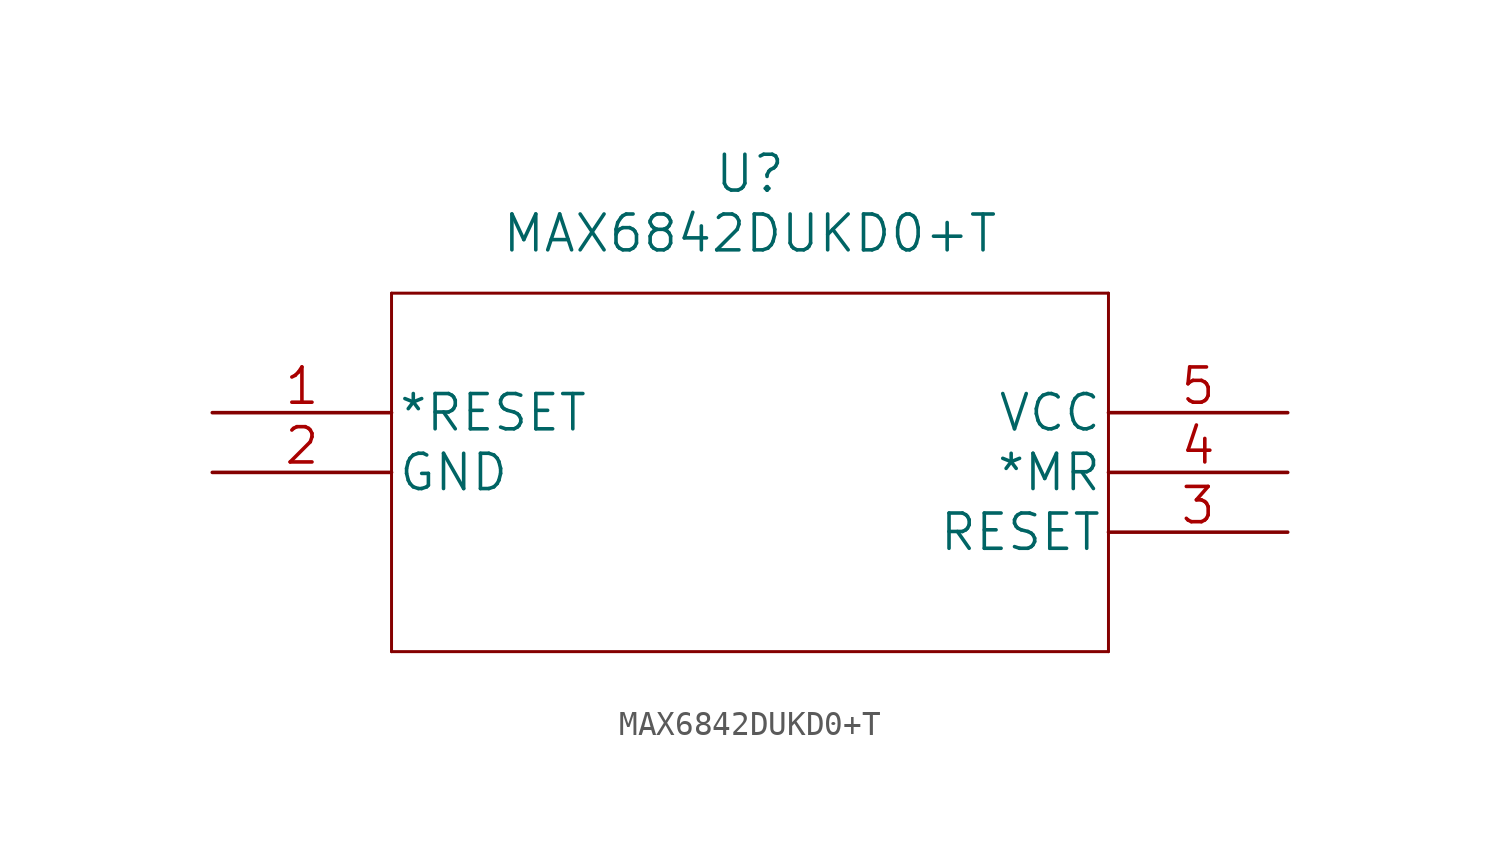
<source format=kicad_sym>
(kicad_symbol_lib
  (version 20211014)
  (generator kicad_symbol_editor)
  (symbol "MAX6842DUKD0+T"
    (pin_names
      (offset 0.254))
    (property "Reference" "U"
      (at 22.86 10.16 0)
      (effects (font (size 1.524 1.524))))
    (property "Value" "MAX6842DUKD0+T"
      (at 22.86 7.62 0)
      (effects (font (size 1.524 1.524))))
    (property "Datasheet" ""
      (at 0 0 0)
      (effects (font (size 1.524 1.524))))
    (property "ki_locked" ""
      (at 0 0 0)
      (effects (font (size 1.27 1.27))))
    (symbol "MAX6842DUKD0+T_1_1"
      (polyline (pts (xy 7.62 -10.16) (xy 38.1 -10.16)) (stroke (width 0.127) (type default) (color 0 0 0 0)) (fill (type none)))
      (polyline (pts (xy 7.62 5.08) (xy 7.62 -10.16)) (stroke (width 0.127) (type default) (color 0 0 0 0)) (fill (type none)))
      (polyline (pts (xy 38.1 -10.16) (xy 38.1 5.08)) (stroke (width 0.127) (type default) (color 0 0 0 0)) (fill (type none)))
      (polyline (pts (xy 38.1 5.08) (xy 7.62 5.08)) (stroke (width 0.127) (type default) (color 0 0 0 0)) (fill (type none)))
      (pin output line (at 0 0 0) (length 7.62) (name "*RESET" (effects (font (size 1.499 1.499)))) (number "1" (effects (font (size 1.499 1.499)))))
      (pin power_in line (at 0 -2.54 0) (length 7.62) (name "GND" (effects (font (size 1.499 1.499)))) (number "2" (effects (font (size 1.499 1.499)))))
      (pin output line (at 45.72 -5.08 180) (length 7.62) (name "RESET" (effects (font (size 1.499 1.499)))) (number "3" (effects (font (size 1.499 1.499)))))
      (pin input line (at 45.72 -2.54 180) (length 7.62) (name "*MR" (effects (font (size 1.499 1.499)))) (number "4" (effects (font (size 1.499 1.499)))))
      (pin power_in line (at 45.72 0 180) (length 7.62) (name "VCC" (effects (font (size 1.499 1.499)))) (number "5" (effects (font (size 1.499 1.499))))))))
</source>
